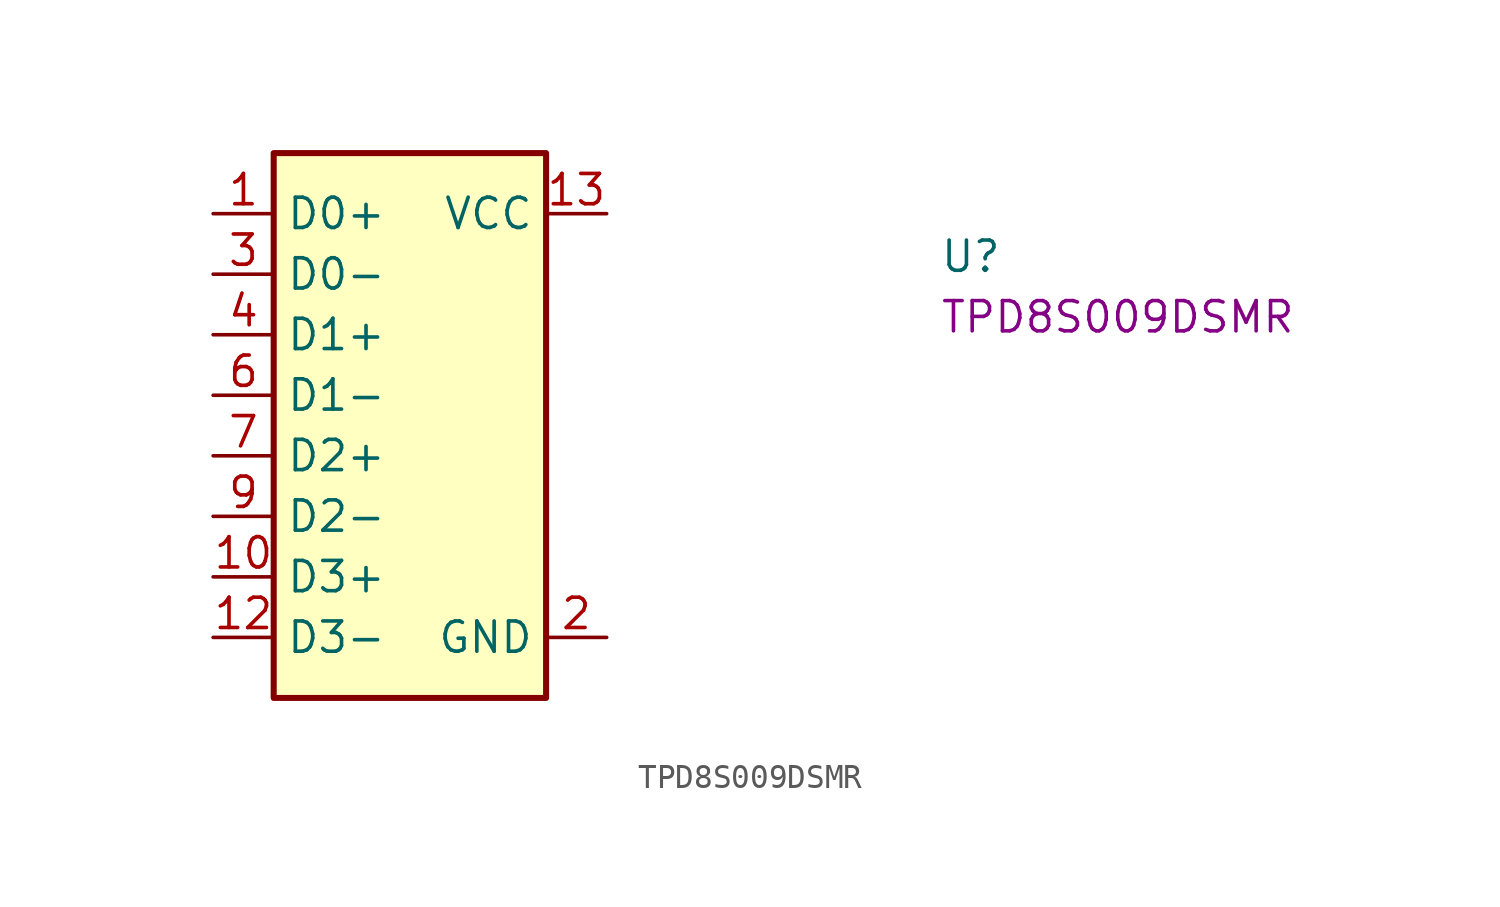
<source format=kicad_sym>
(kicad_symbol_lib
  (version 20220914)
  (generator kicad_symbol_editor)
  (symbol "TPD8S009DSMR"
    (property "Reference" "U"
      (at 30.48 -2.54 0)
      (effects (font (size 1.27 1.27) (thickness 0.15)) (justify left bottom)))
    (property "MPN" "TPD8S009DSMR"
      (at 30.48 -5.08 0)
      (effects (font (size 1.27 1.27) (thickness 0.15)) (justify left bottom)))
    (symbol "TPD8S009DSMR_1_1"
      (rectangle (start 2.54 -20.32) (end 13.97 2.54) (stroke (width 0.254) (type default)) (fill (type background)))
      (pin passive line (at 0 0 0) (length 2.54) (name "D0+" (effects (font (size 1.27 1.27)))) (number "1" (effects (font (size 1.27 1.27)))))
      (pin passive line (at 0 -15.24 0) (length 2.54) (name "D3+" (effects (font (size 1.27 1.27)))) (number "10" (effects (font (size 1.27 1.27)))))
      (pin passive line (at 16.51 -17.78 180) (length 2.54) hide (name "GND" (effects (font (size 1.27 1.27)))) (number "11" (effects (font (size 1.27 1.27)))))
      (pin passive line (at 0 -17.78 0) (length 2.54) (name "D3-" (effects (font (size 1.27 1.27)))) (number "12" (effects (font (size 1.27 1.27)))))
      (pin power_in line (at 16.51 0 180) (length 2.54) (name "VCC" (effects (font (size 1.27 1.27)))) (number "13" (effects (font (size 1.27 1.27)))))
      (pin no_connect line (at 13.97 -15.24 180) (length 2.54) hide (name "NC" (effects (font (size 1.27 1.27)))) (number "14" (effects (font (size 1.27 1.27)))))
      (pin passive line (at 16.51 0 180) (length 2.54) hide (name "VCC" (effects (font (size 1.27 1.27)))) (number "15" (effects (font (size 1.27 1.27)))))
      (pin passive line (at 16.51 -17.78 180) (length 2.54) (name "GND" (effects (font (size 1.27 1.27)))) (number "2" (effects (font (size 1.27 1.27)))))
      (pin passive line (at 0 -2.54 0) (length 2.54) (name "D0-" (effects (font (size 1.27 1.27)))) (number "3" (effects (font (size 1.27 1.27)))))
      (pin passive line (at 0 -5.08 0) (length 2.54) (name "D1+" (effects (font (size 1.27 1.27)))) (number "4" (effects (font (size 1.27 1.27)))))
      (pin passive line (at 16.51 -17.78 180) (length 2.54) hide (name "GND" (effects (font (size 1.27 1.27)))) (number "5" (effects (font (size 1.27 1.27)))))
      (pin passive line (at 0 -7.62 0) (length 2.54) (name "D1-" (effects (font (size 1.27 1.27)))) (number "6" (effects (font (size 1.27 1.27)))))
      (pin passive line (at 0 -10.16 0) (length 2.54) (name "D2+" (effects (font (size 1.27 1.27)))) (number "7" (effects (font (size 1.27 1.27)))))
      (pin passive line (at 16.51 -17.78 180) (length 2.54) hide (name "GND" (effects (font (size 1.27 1.27)))) (number "8" (effects (font (size 1.27 1.27)))))
      (pin passive line (at 16.51 -17.78 180) (length 2.54) hide (name "GND" (effects (font (size 1.27 1.27)))) (number "8" (effects (font (size 1.27 1.27)))))
      (pin passive line (at 0 -12.7 0) (length 2.54) (name "D2-" (effects (font (size 1.27 1.27)))) (number "9" (effects (font (size 1.27 1.27))))))))
</source>
